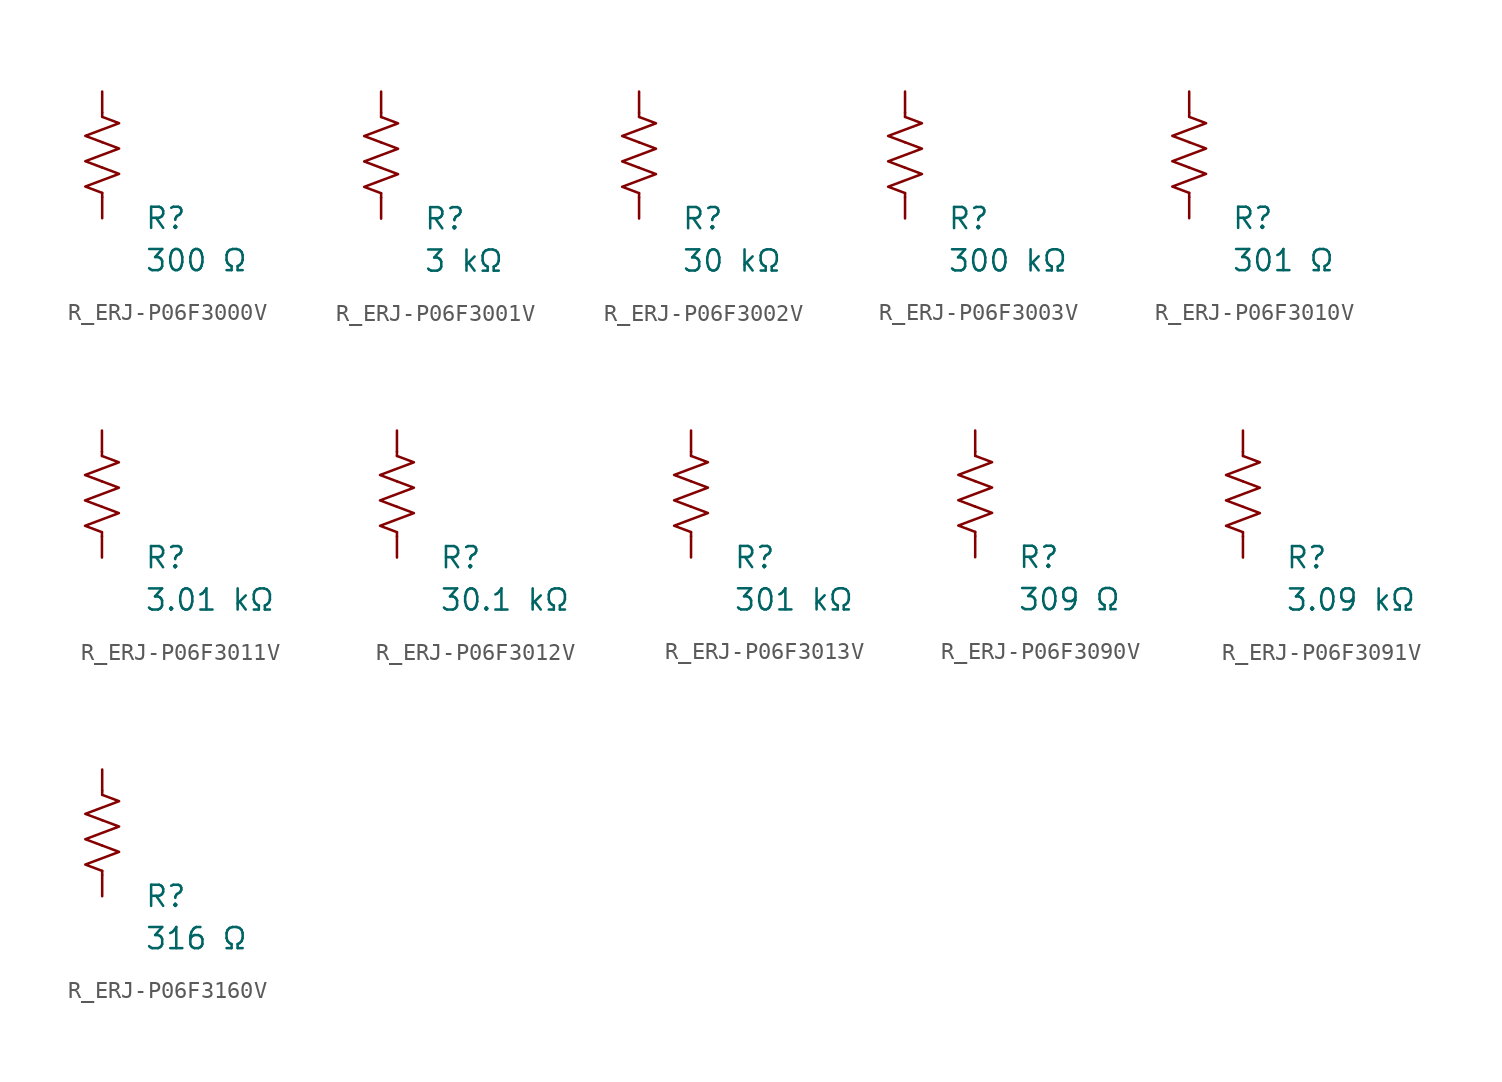
<source format=kicad_sym>
(kicad_symbol_lib
  (version 20231120)
  (generator "kicad_symbol_editor")
  (generator_version "8.0")
  (symbol "R_ERJ-P06F3000V"
    (pin_numbers hide)
    (pin_names
      (offset 0))
    (property "Reference" "R"
      (at 2.54 -3.81 0)
      (effects (font (size 1.27 1.27)) (justify left))
      (show_name no))
    (property "Value" "300 Ω"
      (at 2.54 -6.35 0)
      (effects (font (size 1.27 1.27)) (justify left))
      (show_name no))
    (symbol "R_ERJ-P06F3000V_0_1"
      (polyline (pts (xy 0 -2.286) (xy 0 -2.54)) (stroke (width 0) (type default)) (fill (type none)))
      (polyline (pts (xy 0 2.286) (xy 0 2.54)) (stroke (width 0) (type default)) (fill (type none)))
      (polyline (pts (xy 0 -0.762) (xy 1.016 -1.143) (xy 0 -1.524) (xy -1.016 -1.905) (xy 0 -2.286)) (stroke (width 0) (type default)) (fill (type none)))
      (polyline (pts (xy 0 0.762) (xy 1.016 0.381) (xy 0 0) (xy -1.016 -0.381) (xy 0 -0.762)) (stroke (width 0) (type default)) (fill (type none)))
      (polyline (pts (xy 0 2.286) (xy 1.016 1.905) (xy 0 1.524) (xy -1.016 1.143) (xy 0 0.762)) (stroke (width 0) (type default)) (fill (type none))))
    (symbol "R_ERJ-P06F3000V_1_1"
      (pin passive line (at 0 3.81 270) (length 1.27) (name "~" (effects (font (size 1.27 1.27)))) (number "1" (effects (font (size 1.27 1.27)))))
      (pin passive line (at 0 -3.81 90) (length 1.27) (name "~" (effects (font (size 1.27 1.27)))) (number "2" (effects (font (size 1.27 1.27)))))))
  (symbol "R_ERJ-P06F3001V"
    (pin_numbers hide)
    (pin_names
      (offset 0))
    (property "Reference" "R"
      (at 2.54 -3.81 0)
      (effects (font (size 1.27 1.27)) (justify left))
      (show_name no))
    (property "Value" "3 kΩ"
      (at 2.54 -6.35 0)
      (effects (font (size 1.27 1.27)) (justify left))
      (show_name no))
    (symbol "R_ERJ-P06F3001V_0_1"
      (polyline (pts (xy 0 -2.286) (xy 0 -2.54)) (stroke (width 0) (type default)) (fill (type none)))
      (polyline (pts (xy 0 2.286) (xy 0 2.54)) (stroke (width 0) (type default)) (fill (type none)))
      (polyline (pts (xy 0 -0.762) (xy 1.016 -1.143) (xy 0 -1.524) (xy -1.016 -1.905) (xy 0 -2.286)) (stroke (width 0) (type default)) (fill (type none)))
      (polyline (pts (xy 0 0.762) (xy 1.016 0.381) (xy 0 0) (xy -1.016 -0.381) (xy 0 -0.762)) (stroke (width 0) (type default)) (fill (type none)))
      (polyline (pts (xy 0 2.286) (xy 1.016 1.905) (xy 0 1.524) (xy -1.016 1.143) (xy 0 0.762)) (stroke (width 0) (type default)) (fill (type none))))
    (symbol "R_ERJ-P06F3001V_1_1"
      (pin passive line (at 0 3.81 270) (length 1.27) (name "~" (effects (font (size 1.27 1.27)))) (number "1" (effects (font (size 1.27 1.27)))))
      (pin passive line (at 0 -3.81 90) (length 1.27) (name "~" (effects (font (size 1.27 1.27)))) (number "2" (effects (font (size 1.27 1.27)))))))
  (symbol "R_ERJ-P06F3002V"
    (pin_numbers hide)
    (pin_names
      (offset 0))
    (property "Reference" "R"
      (at 2.54 -3.81 0)
      (effects (font (size 1.27 1.27)) (justify left))
      (show_name no))
    (property "Value" "30 kΩ"
      (at 2.54 -6.35 0)
      (effects (font (size 1.27 1.27)) (justify left))
      (show_name no))
    (symbol "R_ERJ-P06F3002V_0_1"
      (polyline (pts (xy 0 -2.286) (xy 0 -2.54)) (stroke (width 0) (type default)) (fill (type none)))
      (polyline (pts (xy 0 2.286) (xy 0 2.54)) (stroke (width 0) (type default)) (fill (type none)))
      (polyline (pts (xy 0 -0.762) (xy 1.016 -1.143) (xy 0 -1.524) (xy -1.016 -1.905) (xy 0 -2.286)) (stroke (width 0) (type default)) (fill (type none)))
      (polyline (pts (xy 0 0.762) (xy 1.016 0.381) (xy 0 0) (xy -1.016 -0.381) (xy 0 -0.762)) (stroke (width 0) (type default)) (fill (type none)))
      (polyline (pts (xy 0 2.286) (xy 1.016 1.905) (xy 0 1.524) (xy -1.016 1.143) (xy 0 0.762)) (stroke (width 0) (type default)) (fill (type none))))
    (symbol "R_ERJ-P06F3002V_1_1"
      (pin passive line (at 0 3.81 270) (length 1.27) (name "~" (effects (font (size 1.27 1.27)))) (number "1" (effects (font (size 1.27 1.27)))))
      (pin passive line (at 0 -3.81 90) (length 1.27) (name "~" (effects (font (size 1.27 1.27)))) (number "2" (effects (font (size 1.27 1.27)))))))
  (symbol "R_ERJ-P06F3003V"
    (pin_numbers hide)
    (pin_names
      (offset 0))
    (property "Reference" "R"
      (at 2.54 -3.81 0)
      (effects (font (size 1.27 1.27)) (justify left))
      (show_name no))
    (property "Value" "300 kΩ"
      (at 2.54 -6.35 0)
      (effects (font (size 1.27 1.27)) (justify left))
      (show_name no))
    (symbol "R_ERJ-P06F3003V_0_1"
      (polyline (pts (xy 0 -2.286) (xy 0 -2.54)) (stroke (width 0) (type default)) (fill (type none)))
      (polyline (pts (xy 0 2.286) (xy 0 2.54)) (stroke (width 0) (type default)) (fill (type none)))
      (polyline (pts (xy 0 -0.762) (xy 1.016 -1.143) (xy 0 -1.524) (xy -1.016 -1.905) (xy 0 -2.286)) (stroke (width 0) (type default)) (fill (type none)))
      (polyline (pts (xy 0 0.762) (xy 1.016 0.381) (xy 0 0) (xy -1.016 -0.381) (xy 0 -0.762)) (stroke (width 0) (type default)) (fill (type none)))
      (polyline (pts (xy 0 2.286) (xy 1.016 1.905) (xy 0 1.524) (xy -1.016 1.143) (xy 0 0.762)) (stroke (width 0) (type default)) (fill (type none))))
    (symbol "R_ERJ-P06F3003V_1_1"
      (pin passive line (at 0 3.81 270) (length 1.27) (name "~" (effects (font (size 1.27 1.27)))) (number "1" (effects (font (size 1.27 1.27)))))
      (pin passive line (at 0 -3.81 90) (length 1.27) (name "~" (effects (font (size 1.27 1.27)))) (number "2" (effects (font (size 1.27 1.27)))))))
  (symbol "R_ERJ-P06F3010V"
    (pin_numbers hide)
    (pin_names
      (offset 0))
    (property "Reference" "R"
      (at 2.54 -3.81 0)
      (effects (font (size 1.27 1.27)) (justify left))
      (show_name no))
    (property "Value" "301 Ω"
      (at 2.54 -6.35 0)
      (effects (font (size 1.27 1.27)) (justify left))
      (show_name no))
    (symbol "R_ERJ-P06F3010V_0_1"
      (polyline (pts (xy 0 -2.286) (xy 0 -2.54)) (stroke (width 0) (type default)) (fill (type none)))
      (polyline (pts (xy 0 2.286) (xy 0 2.54)) (stroke (width 0) (type default)) (fill (type none)))
      (polyline (pts (xy 0 -0.762) (xy 1.016 -1.143) (xy 0 -1.524) (xy -1.016 -1.905) (xy 0 -2.286)) (stroke (width 0) (type default)) (fill (type none)))
      (polyline (pts (xy 0 0.762) (xy 1.016 0.381) (xy 0 0) (xy -1.016 -0.381) (xy 0 -0.762)) (stroke (width 0) (type default)) (fill (type none)))
      (polyline (pts (xy 0 2.286) (xy 1.016 1.905) (xy 0 1.524) (xy -1.016 1.143) (xy 0 0.762)) (stroke (width 0) (type default)) (fill (type none))))
    (symbol "R_ERJ-P06F3010V_1_1"
      (pin passive line (at 0 3.81 270) (length 1.27) (name "~" (effects (font (size 1.27 1.27)))) (number "1" (effects (font (size 1.27 1.27)))))
      (pin passive line (at 0 -3.81 90) (length 1.27) (name "~" (effects (font (size 1.27 1.27)))) (number "2" (effects (font (size 1.27 1.27)))))))
  (symbol "R_ERJ-P06F3011V"
    (pin_numbers hide)
    (pin_names
      (offset 0))
    (property "Reference" "R"
      (at 2.54 -3.81 0)
      (effects (font (size 1.27 1.27)) (justify left))
      (show_name no))
    (property "Value" "3.01 kΩ"
      (at 2.54 -6.35 0)
      (effects (font (size 1.27 1.27)) (justify left))
      (show_name no))
    (symbol "R_ERJ-P06F3011V_0_1"
      (polyline (pts (xy 0 -2.286) (xy 0 -2.54)) (stroke (width 0) (type default)) (fill (type none)))
      (polyline (pts (xy 0 2.286) (xy 0 2.54)) (stroke (width 0) (type default)) (fill (type none)))
      (polyline (pts (xy 0 -0.762) (xy 1.016 -1.143) (xy 0 -1.524) (xy -1.016 -1.905) (xy 0 -2.286)) (stroke (width 0) (type default)) (fill (type none)))
      (polyline (pts (xy 0 0.762) (xy 1.016 0.381) (xy 0 0) (xy -1.016 -0.381) (xy 0 -0.762)) (stroke (width 0) (type default)) (fill (type none)))
      (polyline (pts (xy 0 2.286) (xy 1.016 1.905) (xy 0 1.524) (xy -1.016 1.143) (xy 0 0.762)) (stroke (width 0) (type default)) (fill (type none))))
    (symbol "R_ERJ-P06F3011V_1_1"
      (pin passive line (at 0 3.81 270) (length 1.27) (name "~" (effects (font (size 1.27 1.27)))) (number "1" (effects (font (size 1.27 1.27)))))
      (pin passive line (at 0 -3.81 90) (length 1.27) (name "~" (effects (font (size 1.27 1.27)))) (number "2" (effects (font (size 1.27 1.27)))))))
  (symbol "R_ERJ-P06F3012V"
    (pin_numbers hide)
    (pin_names
      (offset 0))
    (property "Reference" "R"
      (at 2.54 -3.81 0)
      (effects (font (size 1.27 1.27)) (justify left))
      (show_name no))
    (property "Value" "30.1 kΩ"
      (at 2.54 -6.35 0)
      (effects (font (size 1.27 1.27)) (justify left))
      (show_name no))
    (symbol "R_ERJ-P06F3012V_0_1"
      (polyline (pts (xy 0 -2.286) (xy 0 -2.54)) (stroke (width 0) (type default)) (fill (type none)))
      (polyline (pts (xy 0 2.286) (xy 0 2.54)) (stroke (width 0) (type default)) (fill (type none)))
      (polyline (pts (xy 0 -0.762) (xy 1.016 -1.143) (xy 0 -1.524) (xy -1.016 -1.905) (xy 0 -2.286)) (stroke (width 0) (type default)) (fill (type none)))
      (polyline (pts (xy 0 0.762) (xy 1.016 0.381) (xy 0 0) (xy -1.016 -0.381) (xy 0 -0.762)) (stroke (width 0) (type default)) (fill (type none)))
      (polyline (pts (xy 0 2.286) (xy 1.016 1.905) (xy 0 1.524) (xy -1.016 1.143) (xy 0 0.762)) (stroke (width 0) (type default)) (fill (type none))))
    (symbol "R_ERJ-P06F3012V_1_1"
      (pin passive line (at 0 3.81 270) (length 1.27) (name "~" (effects (font (size 1.27 1.27)))) (number "1" (effects (font (size 1.27 1.27)))))
      (pin passive line (at 0 -3.81 90) (length 1.27) (name "~" (effects (font (size 1.27 1.27)))) (number "2" (effects (font (size 1.27 1.27)))))))
  (symbol "R_ERJ-P06F3013V"
    (pin_numbers hide)
    (pin_names
      (offset 0))
    (property "Reference" "R"
      (at 2.54 -3.81 0)
      (effects (font (size 1.27 1.27)) (justify left))
      (show_name no))
    (property "Value" "301 kΩ"
      (at 2.54 -6.35 0)
      (effects (font (size 1.27 1.27)) (justify left))
      (show_name no))
    (symbol "R_ERJ-P06F3013V_0_1"
      (polyline (pts (xy 0 -2.286) (xy 0 -2.54)) (stroke (width 0) (type default)) (fill (type none)))
      (polyline (pts (xy 0 2.286) (xy 0 2.54)) (stroke (width 0) (type default)) (fill (type none)))
      (polyline (pts (xy 0 -0.762) (xy 1.016 -1.143) (xy 0 -1.524) (xy -1.016 -1.905) (xy 0 -2.286)) (stroke (width 0) (type default)) (fill (type none)))
      (polyline (pts (xy 0 0.762) (xy 1.016 0.381) (xy 0 0) (xy -1.016 -0.381) (xy 0 -0.762)) (stroke (width 0) (type default)) (fill (type none)))
      (polyline (pts (xy 0 2.286) (xy 1.016 1.905) (xy 0 1.524) (xy -1.016 1.143) (xy 0 0.762)) (stroke (width 0) (type default)) (fill (type none))))
    (symbol "R_ERJ-P06F3013V_1_1"
      (pin passive line (at 0 3.81 270) (length 1.27) (name "~" (effects (font (size 1.27 1.27)))) (number "1" (effects (font (size 1.27 1.27)))))
      (pin passive line (at 0 -3.81 90) (length 1.27) (name "~" (effects (font (size 1.27 1.27)))) (number "2" (effects (font (size 1.27 1.27)))))))
  (symbol "R_ERJ-P06F3090V"
    (pin_numbers hide)
    (pin_names
      (offset 0))
    (property "Reference" "R"
      (at 2.54 -3.81 0)
      (effects (font (size 1.27 1.27)) (justify left))
      (show_name no))
    (property "Value" "309 Ω"
      (at 2.54 -6.35 0)
      (effects (font (size 1.27 1.27)) (justify left))
      (show_name no))
    (symbol "R_ERJ-P06F3090V_0_1"
      (polyline (pts (xy 0 -2.286) (xy 0 -2.54)) (stroke (width 0) (type default)) (fill (type none)))
      (polyline (pts (xy 0 2.286) (xy 0 2.54)) (stroke (width 0) (type default)) (fill (type none)))
      (polyline (pts (xy 0 -0.762) (xy 1.016 -1.143) (xy 0 -1.524) (xy -1.016 -1.905) (xy 0 -2.286)) (stroke (width 0) (type default)) (fill (type none)))
      (polyline (pts (xy 0 0.762) (xy 1.016 0.381) (xy 0 0) (xy -1.016 -0.381) (xy 0 -0.762)) (stroke (width 0) (type default)) (fill (type none)))
      (polyline (pts (xy 0 2.286) (xy 1.016 1.905) (xy 0 1.524) (xy -1.016 1.143) (xy 0 0.762)) (stroke (width 0) (type default)) (fill (type none))))
    (symbol "R_ERJ-P06F3090V_1_1"
      (pin passive line (at 0 3.81 270) (length 1.27) (name "~" (effects (font (size 1.27 1.27)))) (number "1" (effects (font (size 1.27 1.27)))))
      (pin passive line (at 0 -3.81 90) (length 1.27) (name "~" (effects (font (size 1.27 1.27)))) (number "2" (effects (font (size 1.27 1.27)))))))
  (symbol "R_ERJ-P06F3091V"
    (pin_numbers hide)
    (pin_names
      (offset 0))
    (property "Reference" "R"
      (at 2.54 -3.81 0)
      (effects (font (size 1.27 1.27)) (justify left))
      (show_name no))
    (property "Value" "3.09 kΩ"
      (at 2.54 -6.35 0)
      (effects (font (size 1.27 1.27)) (justify left))
      (show_name no))
    (symbol "R_ERJ-P06F3091V_0_1"
      (polyline (pts (xy 0 -2.286) (xy 0 -2.54)) (stroke (width 0) (type default)) (fill (type none)))
      (polyline (pts (xy 0 2.286) (xy 0 2.54)) (stroke (width 0) (type default)) (fill (type none)))
      (polyline (pts (xy 0 -0.762) (xy 1.016 -1.143) (xy 0 -1.524) (xy -1.016 -1.905) (xy 0 -2.286)) (stroke (width 0) (type default)) (fill (type none)))
      (polyline (pts (xy 0 0.762) (xy 1.016 0.381) (xy 0 0) (xy -1.016 -0.381) (xy 0 -0.762)) (stroke (width 0) (type default)) (fill (type none)))
      (polyline (pts (xy 0 2.286) (xy 1.016 1.905) (xy 0 1.524) (xy -1.016 1.143) (xy 0 0.762)) (stroke (width 0) (type default)) (fill (type none))))
    (symbol "R_ERJ-P06F3091V_1_1"
      (pin passive line (at 0 3.81 270) (length 1.27) (name "~" (effects (font (size 1.27 1.27)))) (number "1" (effects (font (size 1.27 1.27)))))
      (pin passive line (at 0 -3.81 90) (length 1.27) (name "~" (effects (font (size 1.27 1.27)))) (number "2" (effects (font (size 1.27 1.27)))))))
  (symbol "R_ERJ-P06F3160V"
    (pin_numbers hide)
    (pin_names
      (offset 0))
    (property "Reference" "R"
      (at 2.54 -3.81 0)
      (effects (font (size 1.27 1.27)) (justify left))
      (show_name no))
    (property "Value" "316 Ω"
      (at 2.54 -6.35 0)
      (effects (font (size 1.27 1.27)) (justify left))
      (show_name no))
    (symbol "R_ERJ-P06F3160V_0_1"
      (polyline (pts (xy 0 -2.286) (xy 0 -2.54)) (stroke (width 0) (type default)) (fill (type none)))
      (polyline (pts (xy 0 2.286) (xy 0 2.54)) (stroke (width 0) (type default)) (fill (type none)))
      (polyline (pts (xy 0 -0.762) (xy 1.016 -1.143) (xy 0 -1.524) (xy -1.016 -1.905) (xy 0 -2.286)) (stroke (width 0) (type default)) (fill (type none)))
      (polyline (pts (xy 0 0.762) (xy 1.016 0.381) (xy 0 0) (xy -1.016 -0.381) (xy 0 -0.762)) (stroke (width 0) (type default)) (fill (type none)))
      (polyline (pts (xy 0 2.286) (xy 1.016 1.905) (xy 0 1.524) (xy -1.016 1.143) (xy 0 0.762)) (stroke (width 0) (type default)) (fill (type none))))
    (symbol "R_ERJ-P06F3160V_1_1"
      (pin passive line (at 0 3.81 270) (length 1.27) (name "~" (effects (font (size 1.27 1.27)))) (number "1" (effects (font (size 1.27 1.27)))))
      (pin passive line (at 0 -3.81 90) (length 1.27) (name "~" (effects (font (size 1.27 1.27)))) (number "2" (effects (font (size 1.27 1.27))))))))
</source>
